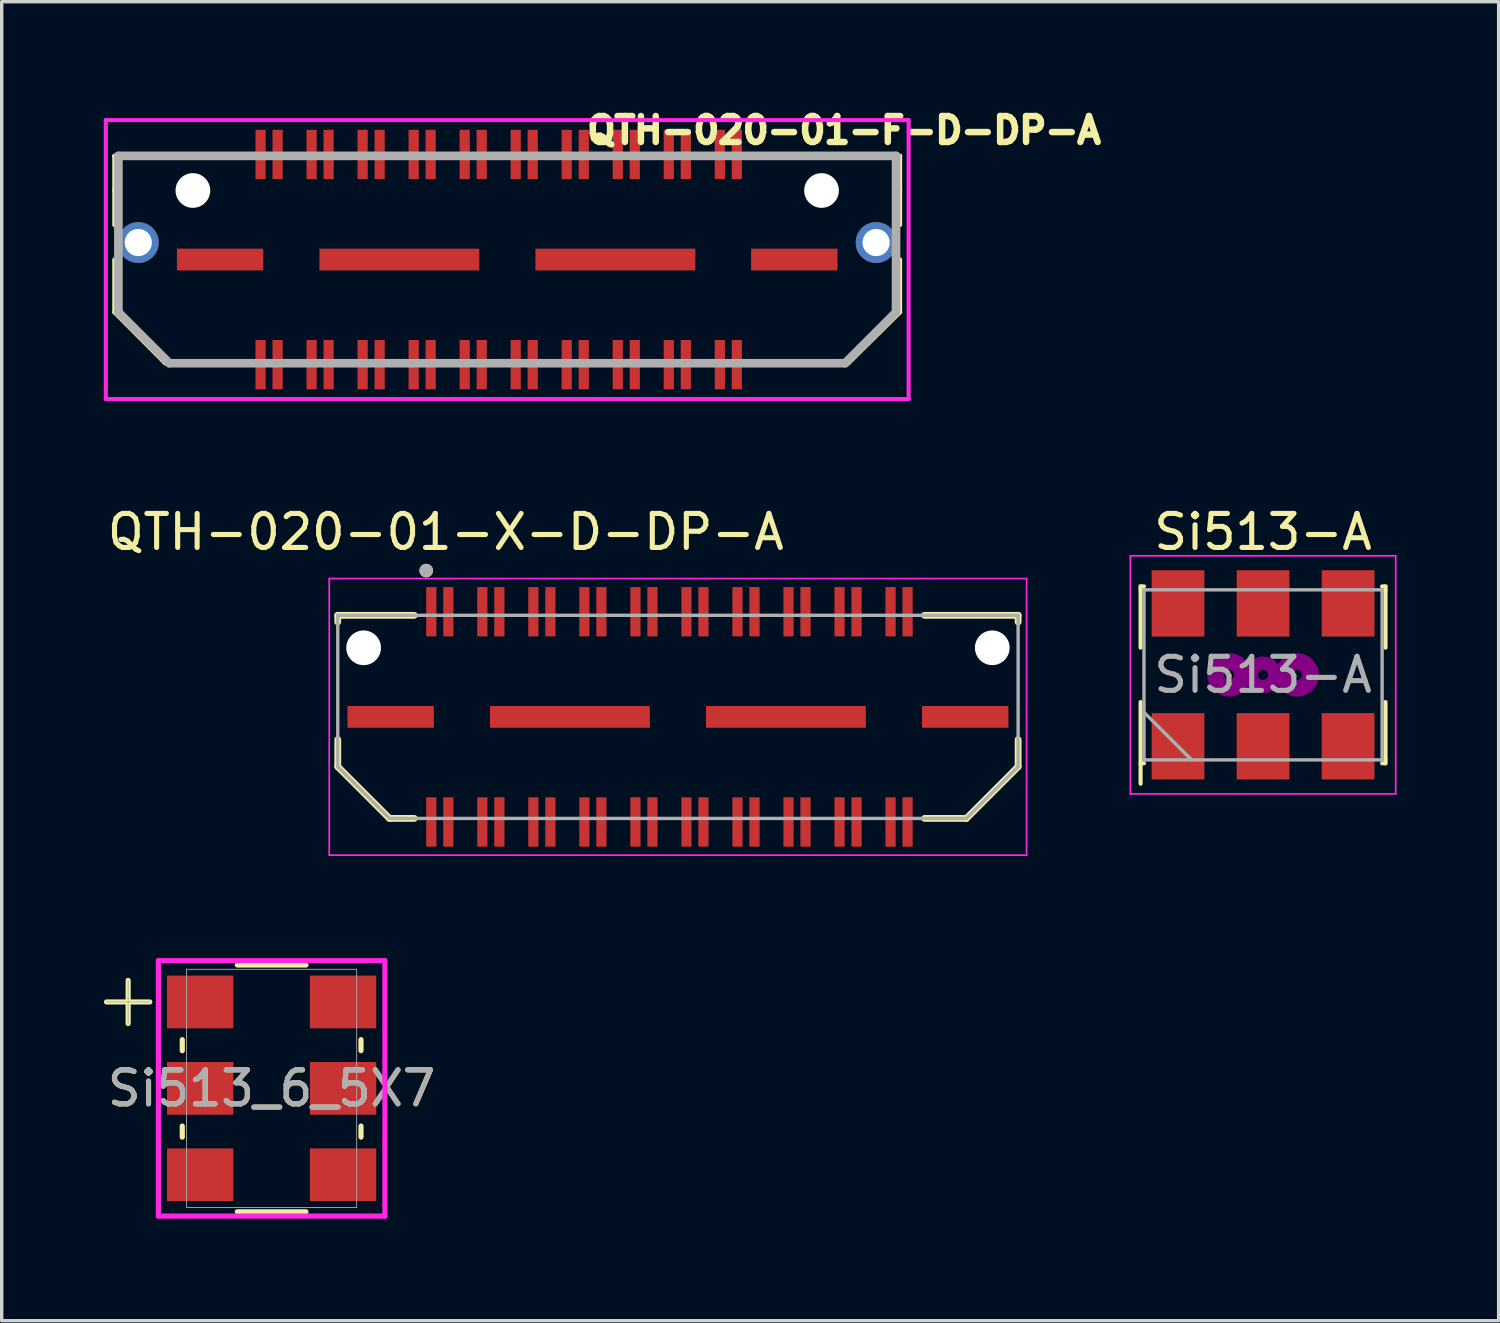
<source format=kicad_pcb>
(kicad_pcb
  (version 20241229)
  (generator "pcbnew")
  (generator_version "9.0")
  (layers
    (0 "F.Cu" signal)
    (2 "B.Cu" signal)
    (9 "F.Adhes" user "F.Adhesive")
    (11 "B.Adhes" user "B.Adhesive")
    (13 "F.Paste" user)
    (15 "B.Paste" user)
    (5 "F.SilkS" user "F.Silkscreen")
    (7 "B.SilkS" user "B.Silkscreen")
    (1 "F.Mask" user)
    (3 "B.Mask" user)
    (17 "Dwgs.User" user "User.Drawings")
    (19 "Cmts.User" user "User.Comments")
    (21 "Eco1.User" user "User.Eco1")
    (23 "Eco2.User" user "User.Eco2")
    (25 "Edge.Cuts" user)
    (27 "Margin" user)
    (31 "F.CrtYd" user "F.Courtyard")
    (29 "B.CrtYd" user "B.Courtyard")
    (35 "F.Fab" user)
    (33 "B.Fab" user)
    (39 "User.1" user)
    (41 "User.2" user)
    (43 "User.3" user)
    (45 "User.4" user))
  (footprint "QTH-020-01-F-D-DP-A"
    (layer "F.Cu")
    (at 11.86 4.58)
    (property "Reference" "QTH-020-01-F-D-DP-A" (at 9.9 -3.8 0) (layer "F.SilkS") (effects (font (size 0.762 0.762) (thickness 0.191))))
    (attr smd)
    (fp_line (start -11.55 -3.048) (end -7.671 -3.048) (stroke (width 0.12) (type solid)) (layer "F.SilkS"))
    (fp_line (start -11.55 -2.032) (end -11.55 -3.048) (stroke (width 0.12) (type solid)) (layer "F.SilkS"))
    (fp_line (start -11.55 -1.016) (end -11.55 -2.032) (stroke (width 0.12) (type solid)) (layer "F.SilkS"))
    (fp_line (start -11.55 1.55) (end -11.55 0) (stroke (width 0.12) (type solid)) (layer "F.SilkS"))
    (fp_line (start -10.058 3.048) (end -11.55 1.55) (stroke (width 0.12) (type solid)) (layer "F.SilkS"))
    (fp_line (start -7.696 3.048) (end -10.058 3.048) (stroke (width 0.12) (type solid)) (layer "F.SilkS"))
    (fp_line (start 7.214 3.048) (end 10.033 3.048) (stroke (width 0.12) (type solid)) (layer "F.SilkS"))
    (fp_line (start 10.033 3.048) (end 11.55 1.55) (stroke (width 0.12) (type solid)) (layer "F.SilkS"))
    (fp_line (start 11.55 -3.048) (end 7.2 -3.048) (stroke (width 0.12) (type solid)) (layer "F.SilkS"))
    (fp_line (start 11.55 -2.032) (end 11.55 -3.048) (stroke (width 0.12) (type solid)) (layer "F.SilkS"))
    (fp_line (start 11.55 -1.016) (end 11.55 -2.032) (stroke (width 0.12) (type solid)) (layer "F.SilkS"))
    (fp_line (start 11.55 1.55) (end 11.55 0) (stroke (width 0.12) (type solid)) (layer "F.SilkS"))
    (fp_line (start -11.8 -4.1) (end -11.8 4.1) (stroke (width 0.12) (type solid)) (layer "F.CrtYd"))
    (fp_line (start -11.8 4.1) (end 11.8 4.1) (stroke (width 0.12) (type solid)) (layer "F.CrtYd"))
    (fp_line (start 11.8 -4.1) (end -11.8 -4.1) (stroke (width 0.12) (type solid)) (layer "F.CrtYd"))
    (fp_line (start 11.8 4.1) (end 11.8 -4.1) (stroke (width 0.12) (type solid)) (layer "F.CrtYd"))
    (fp_line (start -11.43 -3.048) (end 11.43 -3.048) (stroke (width 0.254) (type solid)) (layer "F.Fab"))
    (fp_line (start -11.43 1.55) (end -11.43 -3.048) (stroke (width 0.254) (type solid)) (layer "F.Fab"))
    (fp_line (start -9.931 3.048) (end -11.43 1.55) (stroke (width 0.254) (type solid)) (layer "F.Fab"))
    (fp_line (start 9.931 3.048) (end -9.931 3.048) (stroke (width 0.254) (type solid)) (layer "F.Fab"))
    (fp_line (start 11.43 -3.048) (end 11.43 1.55) (stroke (width 0.254) (type solid)) (layer "F.Fab"))
    (fp_line (start 11.43 1.55) (end 9.931 3.048) (stroke (width 0.254) (type solid)) (layer "F.Fab"))
    (pad "" np_thru_hole circle (at -9.24 -2.03 180) (size 1.02 1.02) (drill 1.02) (layers "*.Cu" "*.Mask"))
    (pad "" np_thru_hole circle (at 9.24 -2.03 180) (size 1.02 1.02) (drill 1.02) (layers "*.Cu" "*.Mask"))
    (pad "0" smd rect (at -8.44 0 180) (size 2.54 0.64) (layers "F.Cu" "F.Mask" "F.Paste"))
    (pad "0" smd rect (at -3.17 0 180) (size 4.7 0.64) (layers "F.Cu" "F.Mask" "F.Paste"))
    (pad "0" smd rect (at 3.18 0 180) (size 4.7 0.64) (layers "F.Cu" "F.Mask" "F.Paste"))
    (pad "0" smd rect (at 8.44 0 180) (size 2.54 0.64) (layers "F.Cu" "F.Mask" "F.Paste"))
    (pad "1" smd rect (at -7.25 -3.09 180) (size 0.3 1.45) (layers "F.Cu" "F.Mask" "F.Paste"))
    (pad "2" smd rect (at -7.25 3.09 180) (size 0.3 1.45) (layers "F.Cu" "F.Mask" "F.Paste"))
    (pad "3" smd rect (at -6.75 -3.09 180) (size 0.3 1.45) (layers "F.Cu" "F.Mask" "F.Paste"))
    (pad "4" smd rect (at -6.75 3.09 180) (size 0.3 1.45) (layers "F.Cu" "F.Mask" "F.Paste"))
    (pad "5" smd rect (at -5.75 -3.09 180) (size 0.3 1.45) (layers "F.Cu" "F.Mask" "F.Paste"))
    (pad "6" smd rect (at -5.75 3.09 180) (size 0.3 1.45) (layers "F.Cu" "F.Mask" "F.Paste"))
    (pad "7" smd rect (at -5.25 -3.09 180) (size 0.3 1.45) (layers "F.Cu" "F.Mask" "F.Paste"))
    (pad "8" smd rect (at -5.25 3.09 180) (size 0.3 1.45) (layers "F.Cu" "F.Mask" "F.Paste"))
    (pad "9" smd rect (at -4.25 -3.09 180) (size 0.3 1.45) (layers "F.Cu" "F.Mask" "F.Paste"))
    (pad "10" smd rect (at -4.25 3.09 180) (size 0.3 1.45) (layers "F.Cu" "F.Mask" "F.Paste"))
    (pad "11" smd rect (at -3.75 -3.09 180) (size 0.3 1.45) (layers "F.Cu" "F.Mask" "F.Paste"))
    (pad "12" smd rect (at -3.75 3.09 180) (size 0.3 1.45) (layers "F.Cu" "F.Mask" "F.Paste"))
    (pad "13" smd rect (at -2.75 -3.09 180) (size 0.3 1.45) (layers "F.Cu" "F.Mask" "F.Paste"))
    (pad "14" smd rect (at -2.75 3.09 180) (size 0.3 1.45) (layers "F.Cu" "F.Mask" "F.Paste"))
    (pad "15" smd rect (at -2.25 -3.09 180) (size 0.3 1.45) (layers "F.Cu" "F.Mask" "F.Paste"))
    (pad "16" smd rect (at -2.25 3.09 180) (size 0.3 1.45) (layers "F.Cu" "F.Mask" "F.Paste"))
    (pad "17" smd rect (at -1.25 -3.09 180) (size 0.3 1.45) (layers "F.Cu" "F.Mask" "F.Paste"))
    (pad "18" smd rect (at -1.25 3.09 180) (size 0.3 1.45) (layers "F.Cu" "F.Mask" "F.Paste"))
    (pad "19" smd rect (at -0.75 -3.09 180) (size 0.3 1.45) (layers "F.Cu" "F.Mask" "F.Paste"))
    (pad "20" smd rect (at -0.75 3.09 180) (size 0.3 1.45) (layers "F.Cu" "F.Mask" "F.Paste"))
    (pad "21" smd rect (at 0.25 -3.09 180) (size 0.3 1.45) (layers "F.Cu" "F.Mask" "F.Paste"))
    (pad "22" smd rect (at 0.25 3.09 180) (size 0.3 1.45) (layers "F.Cu" "F.Mask" "F.Paste"))
    (pad "23" smd rect (at 0.75 -3.09 180) (size 0.3 1.45) (layers "F.Cu" "F.Mask" "F.Paste"))
    (pad "24" smd rect (at 0.75 3.09 180) (size 0.3 1.45) (layers "F.Cu" "F.Mask" "F.Paste"))
    (pad "25" smd rect (at 1.75 -3.09 180) (size 0.3 1.45) (layers "F.Cu" "F.Mask" "F.Paste"))
    (pad "26" smd rect (at 1.75 3.09 180) (size 0.3 1.45) (layers "F.Cu" "F.Mask" "F.Paste"))
    (pad "27" smd rect (at 2.25 -3.09 180) (size 0.3 1.45) (layers "F.Cu" "F.Mask" "F.Paste"))
    (pad "28" smd rect (at 2.25 3.09 180) (size 0.3 1.45) (layers "F.Cu" "F.Mask" "F.Paste"))
    (pad "29" smd rect (at 3.25 -3.09 180) (size 0.3 1.45) (layers "F.Cu" "F.Mask" "F.Paste"))
    (pad "30" smd rect (at 3.25 3.09 180) (size 0.3 1.45) (layers "F.Cu" "F.Mask" "F.Paste"))
    (pad "31" smd rect (at 3.75 -3.09 180) (size 0.3 1.45) (layers "F.Cu" "F.Mask" "F.Paste"))
    (pad "32" smd rect (at 3.75 3.09 180) (size 0.3 1.45) (layers "F.Cu" "F.Mask" "F.Paste"))
    (pad "33" smd rect (at 4.75 -3.09 180) (size 0.3 1.45) (layers "F.Cu" "F.Mask" "F.Paste"))
    (pad "34" smd rect (at 4.75 3.09 180) (size 0.3 1.45) (layers "F.Cu" "F.Mask" "F.Paste"))
    (pad "35" smd rect (at 5.25 -3.09 180) (size 0.3 1.45) (layers "F.Cu" "F.Mask" "F.Paste"))
    (pad "36" smd rect (at 5.25 3.09 180) (size 0.3 1.45) (layers "F.Cu" "F.Mask" "F.Paste"))
    (pad "37" smd rect (at 6.25 -3.09 180) (size 0.3 1.45) (layers "F.Cu" "F.Mask" "F.Paste"))
    (pad "38" smd rect (at 6.25 3.09 180) (size 0.3 1.45) (layers "F.Cu" "F.Mask" "F.Paste"))
    (pad "39" smd rect (at 6.75 -3.09 180) (size 0.3 1.45) (layers "F.Cu" "F.Mask" "F.Paste"))
    (pad "40" smd rect (at 6.75 3.09 180) (size 0.3 1.45) (layers "F.Cu" "F.Mask" "F.Paste"))
    (pad "MH" thru_hole circle (at -10.845 -0.5 180) (size 1.2 1.2) (drill 0.8) (layers "*.Cu" "*.Mask"))
    (pad "MH" thru_hole circle (at 10.845 -0.5 180) (size 1.2 1.2) (drill 0.8) (layers "*.Cu" "*.Mask")))
  (footprint "Si513_6_5X7"
    (layer "F.Cu")
    (at 2.835 26.404)
    (property "Reference" "Si513_6_5X7" (at 2.1 2.54 0) (unlocked yes) (layer "F.SilkS") (effects (font (size 1 1) (thickness 0.15))))
    (attr smd)
    (fp_line (start -2.753 0) (end -1.483 0) (stroke (width 0.152) (type solid)) (layer "F.SilkS"))
    (fp_line (start -2.118 -0.635) (end -2.118 0.635) (stroke (width 0.152) (type solid)) (layer "F.SilkS"))
    (fp_line (start -0.527 1.108) (end -0.527 1.432) (stroke (width 0.152) (type solid)) (layer "F.SilkS"))
    (fp_line (start -0.527 3.648) (end -0.527 3.972) (stroke (width 0.152) (type solid)) (layer "F.SilkS"))
    (fp_line (start 3.109 -1.087) (end 1.091 -1.087) (stroke (width 0.152) (type solid)) (layer "F.SilkS"))
    (fp_line (start 3.109 6.167) (end 1.091 6.167) (stroke (width 0.152) (type solid)) (layer "F.SilkS"))
    (fp_line (start 4.727 1.108) (end 4.727 1.432) (stroke (width 0.152) (type solid)) (layer "F.SilkS"))
    (fp_line (start 4.727 3.648) (end 4.727 3.972) (stroke (width 0.152) (type solid)) (layer "F.SilkS"))
    (fp_line (start -1.229 -1.214) (end 5.429 -1.214) (stroke (width 0.152) (type solid)) (layer "F.CrtYd"))
    (fp_line (start -1.229 6.294) (end -1.229 -1.214) (stroke (width 0.152) (type solid)) (layer "F.CrtYd"))
    (fp_line (start 5.429 -1.214) (end 5.429 6.294) (stroke (width 0.152) (type solid)) (layer "F.CrtYd"))
    (fp_line (start 5.429 6.294) (end -1.229 6.294) (stroke (width 0.152) (type solid)) (layer "F.CrtYd"))
    (fp_line (start -2.753 0) (end -1.483 0) (stroke (width 0.025) (type solid)) (layer "F.Fab"))
    (fp_line (start -2.118 -0.635) (end -2.118 0.635) (stroke (width 0.025) (type solid)) (layer "F.Fab"))
    (fp_line (start -0.4 -0.96) (end -0.4 6.04) (stroke (width 0.025) (type solid)) (layer "F.Fab"))
    (fp_line (start 4.6 -0.96) (end -0.4 -0.96) (stroke (width 0.025) (type solid)) (layer "F.Fab"))
    (fp_line (start 4.6 -0.96) (end 4.6 6.04) (stroke (width 0.025) (type solid)) (layer "F.Fab"))
    (fp_line (start 4.6 6.04) (end -0.4 6.04) (stroke (width 0.025) (type solid)) (layer "F.Fab"))
    (fp_text user "${REFERENCE}" (at 2.1 2.54 0) (unlocked yes) (layer "F.Fab") (effects (font (size 1 1) (thickness 0.15))))
    (pad "1" smd rect (at 0 0) (size 1.95 1.55) (layers "F.Cu" "F.Mask" "F.Paste"))
    (pad "2" smd rect (at 0 2.54) (size 1.95 1.55) (layers "F.Cu" "F.Mask" "F.Paste"))
    (pad "3" smd rect (at 0 5.08) (size 1.95 1.55) (layers "F.Cu" "F.Mask" "F.Paste"))
    (pad "4" smd rect (at 4.2 5.08) (size 1.95 1.55) (layers "F.Cu" "F.Mask" "F.Paste"))
    (pad "5" smd rect (at 4.2 2.54) (size 1.95 1.55) (layers "F.Cu" "F.Mask" "F.Paste"))
    (pad "6" smd rect (at 4.2 0) (size 1.95 1.55) (layers "F.Cu" "F.Mask" "F.Paste")))
  (footprint "Si513-A"
    (layer "F.Cu")
    (at 34.079 16.788)
    (property "Reference" "Si513-A" (at 0 -4.2 0) (layer "F.SilkS") (effects (font (size 1 1) (thickness 0.15))))
    (attr smd)
    (fp_line (start -3.6 -2.6) (end -3.5 -2.6) (stroke (width 0.12) (type solid)) (layer "F.SilkS"))
    (fp_line (start -3.6 -2.5) (end -3.6 -2.6) (stroke (width 0.12) (type solid)) (layer "F.SilkS"))
    (fp_line (start -3.6 -2.5) (end -3.6 -0.8) (stroke (width 0.12) (type solid)) (layer "F.SilkS"))
    (fp_line (start -3.6 0.8) (end -3.6 3.2) (stroke (width 0.12) (type solid)) (layer "F.SilkS"))
    (fp_line (start -3.6 2.6) (end -3.5 2.6) (stroke (width 0.12) (type solid)) (layer "F.SilkS"))
    (fp_line (start 3.6 -2.6) (end 3.5 -2.6) (stroke (width 0.12) (type solid)) (layer "F.SilkS"))
    (fp_line (start 3.6 -2.5) (end 3.6 -2.6) (stroke (width 0.12) (type solid)) (layer "F.SilkS"))
    (fp_line (start 3.6 -0.8) (end 3.6 -2.5) (stroke (width 0.12) (type solid)) (layer "F.SilkS"))
    (fp_line (start 3.6 2.5) (end 3.6 0.8) (stroke (width 0.12) (type solid)) (layer "F.SilkS"))
    (fp_line (start 3.6 2.5) (end 3.6 2.6) (stroke (width 0.12) (type solid)) (layer "F.SilkS"))
    (fp_line (start 3.6 2.6) (end 3.5 2.6) (stroke (width 0.12) (type solid)) (layer "F.SilkS"))
    (fp_circle (center -1 0) (end -0.85 0) (stroke (width 0.38) (type solid)) (fill no) (layer "F.Adhes"))
    (fp_circle (center -1 0) (end -0.55 0) (stroke (width 0.38) (type solid)) (fill no) (layer "F.Adhes"))
    (fp_circle (center 0 0) (end 0.15 0) (stroke (width 0.38) (type solid)) (fill no) (layer "F.Adhes"))
    (fp_circle (center 0 0) (end 0.35 0) (stroke (width 0.38) (type solid)) (fill no) (layer "F.Adhes"))
    (fp_circle (center 1 0) (end 0.55 0) (stroke (width 0.38) (type solid)) (fill no) (layer "F.Adhes"))
    (fp_circle (center 1 0) (end 0.85 0) (stroke (width 0.38) (type solid)) (fill no) (layer "F.Adhes"))
    (fp_line (start -3.9 -3.5) (end 3.9 -3.5) (stroke (width 0.05) (type solid)) (layer "F.CrtYd"))
    (fp_line (start -3.9 3.5) (end -3.9 -3.5) (stroke (width 0.05) (type solid)) (layer "F.CrtYd"))
    (fp_line (start 3.9 -3.5) (end 3.9 3.5) (stroke (width 0.05) (type solid)) (layer "F.CrtYd"))
    (fp_line (start 3.9 3.5) (end -3.9 3.5) (stroke (width 0.05) (type solid)) (layer "F.CrtYd"))
    (fp_line (start -3.5 -2.5) (end -3.5 2.5) (stroke (width 0.1) (type solid)) (layer "F.Fab"))
    (fp_line (start -3.5 1.1) (end -2.1 2.5) (stroke (width 0.1) (type solid)) (layer "F.Fab"))
    (fp_line (start -3.5 2.5) (end 3.5 2.5) (stroke (width 0.1) (type solid)) (layer "F.Fab"))
    (fp_line (start 3.5 -2.5) (end -3.5 -2.5) (stroke (width 0.1) (type solid)) (layer "F.Fab"))
    (fp_line (start 3.5 2.5) (end 3.5 -2.5) (stroke (width 0.1) (type solid)) (layer "F.Fab"))
    (fp_text user "${REFERENCE}" (at 0 0 0) (layer "F.Fab") (effects (font (size 1 1) (thickness 0.15))))
    (pad "1" smd rect (at -2.5 2.1) (size 1.55 1.95) (layers "F.Cu" "F.Mask" "F.Paste"))
    (pad "2" smd rect (at 0 2.1) (size 1.55 1.95) (layers "F.Cu" "F.Mask" "F.Paste"))
    (pad "3" smd rect (at 2.5 2.1) (size 1.55 1.95) (layers "F.Cu" "F.Mask" "F.Paste"))
    (pad "4" smd rect (at 2.5 -2.1) (size 1.55 1.95) (layers "F.Cu" "F.Mask" "F.Paste"))
    (pad "5" smd rect (at 0 -2.1) (size 1.55 1.95) (layers "F.Cu" "F.Mask" "F.Paste"))
    (pad "6" smd rect (at -2.5 -2.1) (size 1.55 1.95) (layers "F.Cu" "F.Mask" "F.Paste")))
  (footprint "QTH-020-01-X-D-DP-A"
    (layer "F.Cu")
    (at 16.879 18.023)
    (property "Reference" "QTH-020-01-X-D-DP-A" (at -6.825 -5.435 0) (layer "F.SilkS") (effects (font (size 1 1) (thickness 0.15))))
    (attr smd)
    (fp_line (start -10 -2.985) (end -7.75 -2.985) (stroke (width 0.2) (type solid)) (layer "F.SilkS"))
    (fp_line (start -10 -2.79) (end -10 -2.985) (stroke (width 0.2) (type solid)) (layer "F.SilkS"))
    (fp_line (start -10 0.67) (end -10 1.465) (stroke (width 0.2) (type solid)) (layer "F.SilkS"))
    (fp_line (start -10 1.465) (end -8.48 2.985) (stroke (width 0.2) (type solid)) (layer "F.SilkS"))
    (fp_line (start -8.48 2.985) (end -7.75 2.985) (stroke (width 0.2) (type solid)) (layer "F.SilkS"))
    (fp_line (start 8.48 2.985) (end 7.25 2.985) (stroke (width 0.2) (type solid)) (layer "F.SilkS"))
    (fp_line (start 10 -2.985) (end 7.25 -2.985) (stroke (width 0.2) (type solid)) (layer "F.SilkS"))
    (fp_line (start 10 -2.79) (end 10 -2.985) (stroke (width 0.2) (type solid)) (layer "F.SilkS"))
    (fp_line (start 10 0.67) (end 10 1.465) (stroke (width 0.2) (type solid)) (layer "F.SilkS"))
    (fp_line (start 10 1.465) (end 8.48 2.985) (stroke (width 0.2) (type solid)) (layer "F.SilkS"))
    (fp_circle (center -7.4 -4.3) (end -7.3 -4.3) (stroke (width 0.2) (type solid)) (fill no) (layer "F.SilkS"))
    (fp_line (start -10.25 -4.065) (end 10.25 -4.065) (stroke (width 0.05) (type solid)) (layer "F.CrtYd"))
    (fp_line (start -10.25 4.065) (end -10.25 -4.065) (stroke (width 0.05) (type solid)) (layer "F.CrtYd"))
    (fp_line (start 10.25 -4.065) (end 10.25 4.065) (stroke (width 0.05) (type solid)) (layer "F.CrtYd"))
    (fp_line (start 10.25 4.065) (end -10.25 4.065) (stroke (width 0.05) (type solid)) (layer "F.CrtYd"))
    (fp_line (start -10 -2.985) (end 10 -2.985) (stroke (width 0.1) (type solid)) (layer "F.Fab"))
    (fp_line (start -10 1.465) (end -10 -2.985) (stroke (width 0.1) (type solid)) (layer "F.Fab"))
    (fp_line (start -8.48 2.985) (end -10 1.465) (stroke (width 0.1) (type solid)) (layer "F.Fab"))
    (fp_line (start 8.48 2.985) (end -8.48 2.985) (stroke (width 0.1) (type solid)) (layer "F.Fab"))
    (fp_line (start 10 -2.985) (end 10 1.465) (stroke (width 0.1) (type solid)) (layer "F.Fab"))
    (fp_line (start 10 1.465) (end 8.48 2.985) (stroke (width 0.1) (type solid)) (layer "F.Fab"))
    (fp_circle (center -7.4 -4.3) (end -7.3 -4.3) (stroke (width 0.2) (type solid)) (fill no) (layer "F.Fab"))
    (pad "" np_thru_hole circle (at -9.24 -2.03) (size 1.02 1.02) (drill 1.02) (layers "*.Cu" "*.Mask"))
    (pad "" np_thru_hole circle (at 9.24 -2.03) (size 1.02 1.02) (drill 1.02) (layers "*.Cu" "*.Mask"))
    (pad "01" smd rect (at -7.25 -3.09) (size 0.3 1.45) (layers "F.Cu" "F.Mask" "F.Paste"))
    (pad "02" smd rect (at -7.25 3.09) (size 0.3 1.45) (layers "F.Cu" "F.Mask" "F.Paste"))
    (pad "03" smd rect (at -6.75 -3.09) (size 0.3 1.45) (layers "F.Cu" "F.Mask" "F.Paste"))
    (pad "04" smd rect (at -6.75 3.09) (size 0.3 1.45) (layers "F.Cu" "F.Mask" "F.Paste"))
    (pad "05" smd rect (at -5.75 -3.09) (size 0.3 1.45) (layers "F.Cu" "F.Mask" "F.Paste"))
    (pad "06" smd rect (at -5.75 3.09) (size 0.3 1.45) (layers "F.Cu" "F.Mask" "F.Paste"))
    (pad "07" smd rect (at -5.25 -3.09) (size 0.3 1.45) (layers "F.Cu" "F.Mask" "F.Paste"))
    (pad "08" smd rect (at -5.25 3.09) (size 0.3 1.45) (layers "F.Cu" "F.Mask" "F.Paste"))
    (pad "09" smd rect (at -4.25 -3.09) (size 0.3 1.45) (layers "F.Cu" "F.Mask" "F.Paste"))
    (pad "10" smd rect (at -4.25 3.09) (size 0.3 1.45) (layers "F.Cu" "F.Mask" "F.Paste"))
    (pad "11" smd rect (at -3.75 -3.09) (size 0.3 1.45) (layers "F.Cu" "F.Mask" "F.Paste"))
    (pad "12" smd rect (at -3.75 3.09) (size 0.3 1.45) (layers "F.Cu" "F.Mask" "F.Paste"))
    (pad "13" smd rect (at -2.75 -3.09) (size 0.3 1.45) (layers "F.Cu" "F.Mask" "F.Paste"))
    (pad "14" smd rect (at -2.75 3.09) (size 0.3 1.45) (layers "F.Cu" "F.Mask" "F.Paste"))
    (pad "15" smd rect (at -2.25 -3.09) (size 0.3 1.45) (layers "F.Cu" "F.Mask" "F.Paste"))
    (pad "16" smd rect (at -2.25 3.09) (size 0.3 1.45) (layers "F.Cu" "F.Mask" "F.Paste"))
    (pad "17" smd rect (at -1.25 -3.09) (size 0.3 1.45) (layers "F.Cu" "F.Mask" "F.Paste"))
    (pad "18" smd rect (at -1.25 3.09) (size 0.3 1.45) (layers "F.Cu" "F.Mask" "F.Paste"))
    (pad "19" smd rect (at -0.75 -3.09) (size 0.3 1.45) (layers "F.Cu" "F.Mask" "F.Paste"))
    (pad "20" smd rect (at -0.75 3.09) (size 0.3 1.45) (layers "F.Cu" "F.Mask" "F.Paste"))
    (pad "21" smd rect (at 0.25 -3.09) (size 0.3 1.45) (layers "F.Cu" "F.Mask" "F.Paste"))
    (pad "22" smd rect (at 0.25 3.09) (size 0.3 1.45) (layers "F.Cu" "F.Mask" "F.Paste"))
    (pad "23" smd rect (at 0.75 -3.09) (size 0.3 1.45) (layers "F.Cu" "F.Mask" "F.Paste"))
    (pad "24" smd rect (at 0.75 3.09) (size 0.3 1.45) (layers "F.Cu" "F.Mask" "F.Paste"))
    (pad "25" smd rect (at 1.75 -3.09) (size 0.3 1.45) (layers "F.Cu" "F.Mask" "F.Paste"))
    (pad "26" smd rect (at 1.75 3.09) (size 0.3 1.45) (layers "F.Cu" "F.Mask" "F.Paste"))
    (pad "27" smd rect (at 2.25 -3.09) (size 0.3 1.45) (layers "F.Cu" "F.Mask" "F.Paste"))
    (pad "28" smd rect (at 2.25 3.09) (size 0.3 1.45) (layers "F.Cu" "F.Mask" "F.Paste"))
    (pad "29" smd rect (at 3.25 -3.09) (size 0.3 1.45) (layers "F.Cu" "F.Mask" "F.Paste"))
    (pad "30" smd rect (at 3.25 3.09) (size 0.3 1.45) (layers "F.Cu" "F.Mask" "F.Paste"))
    (pad "31" smd rect (at 3.75 -3.09) (size 0.3 1.45) (layers "F.Cu" "F.Mask" "F.Paste"))
    (pad "32" smd rect (at 3.75 3.09) (size 0.3 1.45) (layers "F.Cu" "F.Mask" "F.Paste"))
    (pad "33" smd rect (at 4.75 -3.09) (size 0.3 1.45) (layers "F.Cu" "F.Mask" "F.Paste"))
    (pad "34" smd rect (at 4.75 3.09) (size 0.3 1.45) (layers "F.Cu" "F.Mask" "F.Paste"))
    (pad "35" smd rect (at 5.25 -3.09) (size 0.3 1.45) (layers "F.Cu" "F.Mask" "F.Paste"))
    (pad "36" smd rect (at 5.25 3.09) (size 0.3 1.45) (layers "F.Cu" "F.Mask" "F.Paste"))
    (pad "37" smd rect (at 6.25 -3.09) (size 0.3 1.45) (layers "F.Cu" "F.Mask" "F.Paste"))
    (pad "38" smd rect (at 6.25 3.09) (size 0.3 1.45) (layers "F.Cu" "F.Mask" "F.Paste"))
    (pad "39" smd rect (at 6.75 -3.09) (size 0.3 1.45) (layers "F.Cu" "F.Mask" "F.Paste"))
    (pad "40" smd rect (at 6.75 3.09) (size 0.3 1.45) (layers "F.Cu" "F.Mask" "F.Paste"))
    (pad "G1" smd rect (at -8.445 0) (size 2.54 0.64) (layers "F.Cu" "F.Mask" "F.Paste"))
    (pad "G2" smd rect (at -3.175 0) (size 4.7 0.64) (layers "F.Cu" "F.Mask" "F.Paste"))
    (pad "G3" smd rect (at 3.175 0) (size 4.7 0.64) (layers "F.Cu" "F.Mask" "F.Paste"))
    (pad "G4" smd rect (at 8.445 0) (size 2.54 0.64) (layers "F.Cu" "F.Mask" "F.Paste")))
  (gr_rect
    (start -3 -3)
    (end 41.004 35.774)
    (stroke (width 0.1) (type default))
    (fill no)
    (layer "Edge.Cuts")))
</source>
